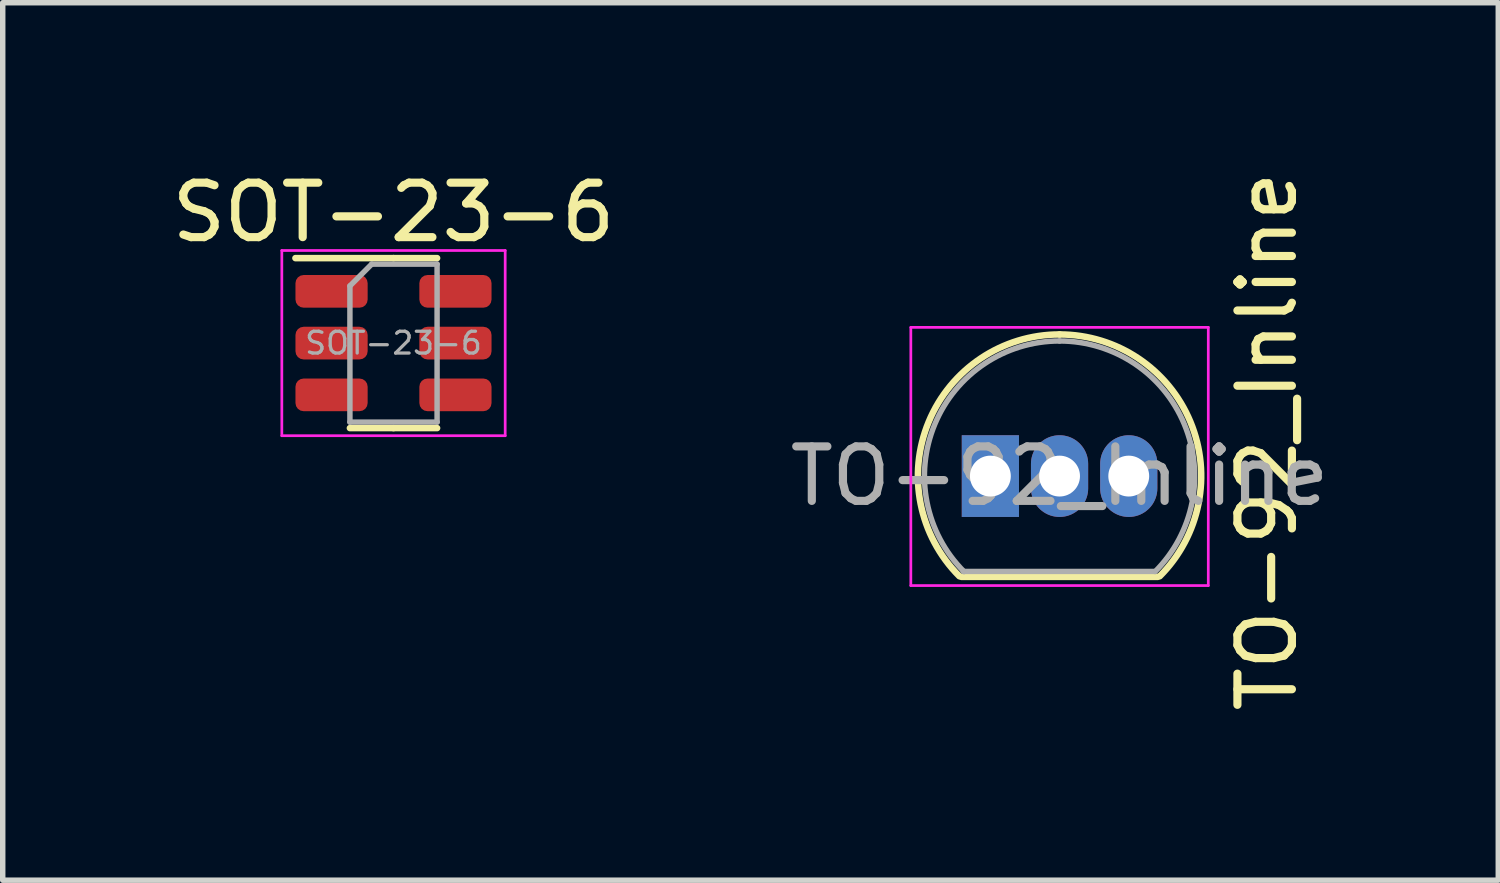
<source format=kicad_pcb>
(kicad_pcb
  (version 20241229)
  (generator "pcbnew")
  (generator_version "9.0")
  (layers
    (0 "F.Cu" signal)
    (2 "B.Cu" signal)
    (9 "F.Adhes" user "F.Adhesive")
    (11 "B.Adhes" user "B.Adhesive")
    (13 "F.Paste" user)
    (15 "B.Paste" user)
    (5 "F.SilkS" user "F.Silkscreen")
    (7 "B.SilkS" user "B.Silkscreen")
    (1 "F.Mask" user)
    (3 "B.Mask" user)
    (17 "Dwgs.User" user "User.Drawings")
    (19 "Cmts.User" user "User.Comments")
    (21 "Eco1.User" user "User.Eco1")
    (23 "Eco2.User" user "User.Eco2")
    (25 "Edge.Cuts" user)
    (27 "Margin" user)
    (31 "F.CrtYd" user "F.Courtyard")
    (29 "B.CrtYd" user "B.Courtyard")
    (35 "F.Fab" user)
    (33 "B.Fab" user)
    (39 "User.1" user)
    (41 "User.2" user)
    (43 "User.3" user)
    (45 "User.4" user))
  (footprint "SOT-23-6"
    (layer "F.Cu")
    (at 4.173 3.248)
    (property "Reference" "SOT-23-6" (at 0 -2.4 180) (layer "F.SilkS") (effects (font (size 1 1) (thickness 0.15))))
    (attr smd)
    (fp_line (start 0 -1.56) (end -1.8 -1.56) (stroke (width 0.12) (type solid)) (layer "F.SilkS"))
    (fp_line (start 0 -1.56) (end 0.8 -1.56) (stroke (width 0.12) (type solid)) (layer "F.SilkS"))
    (fp_line (start 0 1.56) (end -0.8 1.56) (stroke (width 0.12) (type solid)) (layer "F.SilkS"))
    (fp_line (start 0 1.56) (end 0.8 1.56) (stroke (width 0.12) (type solid)) (layer "F.SilkS"))
    (fp_line (start -2.05 -1.7) (end -2.05 1.7) (stroke (width 0.05) (type solid)) (layer "F.CrtYd"))
    (fp_line (start -2.05 1.7) (end 2.05 1.7) (stroke (width 0.05) (type solid)) (layer "F.CrtYd"))
    (fp_line (start 2.05 -1.7) (end -2.05 -1.7) (stroke (width 0.05) (type solid)) (layer "F.CrtYd"))
    (fp_line (start 2.05 1.7) (end 2.05 -1.7) (stroke (width 0.05) (type solid)) (layer "F.CrtYd"))
    (fp_line (start -0.8 -1.05) (end -0.4 -1.45) (stroke (width 0.1) (type solid)) (layer "F.Fab"))
    (fp_line (start -0.8 1.45) (end -0.8 -1.05) (stroke (width 0.1) (type solid)) (layer "F.Fab"))
    (fp_line (start -0.4 -1.45) (end 0.8 -1.45) (stroke (width 0.1) (type solid)) (layer "F.Fab"))
    (fp_line (start 0.8 -1.45) (end 0.8 1.45) (stroke (width 0.1) (type solid)) (layer "F.Fab"))
    (fp_line (start 0.8 1.45) (end -0.8 1.45) (stroke (width 0.1) (type solid)) (layer "F.Fab"))
    (fp_text user "${REFERENCE}" (at 0 0 180) (layer "F.Fab") (effects (font (size 0.4 0.4) (thickness 0.06))))
    (pad "1" smd roundrect (at -1.137 -0.95) (size 1.325 0.6) (layers "F.Cu" "F.Mask" "F.Paste") (roundrect_rratio 0.25))
    (pad "2" smd roundrect (at -1.137 0) (size 1.325 0.6) (layers "F.Cu" "F.Mask" "F.Paste") (roundrect_rratio 0.25))
    (pad "3" smd roundrect (at -1.137 0.95) (size 1.325 0.6) (layers "F.Cu" "F.Mask" "F.Paste") (roundrect_rratio 0.25))
    (pad "4" smd roundrect (at 1.137 0.95) (size 1.325 0.6) (layers "F.Cu" "F.Mask" "F.Paste") (roundrect_rratio 0.25))
    (pad "5" smd roundrect (at 1.137 0) (size 1.325 0.6) (layers "F.Cu" "F.Mask" "F.Paste") (roundrect_rratio 0.25))
    (pad "6" smd roundrect (at 1.137 -0.95) (size 1.325 0.6) (layers "F.Cu" "F.Mask" "F.Paste") (roundrect_rratio 0.25)))
  (footprint "TO-92_Inline"
    (layer "F.Cu")
    (at 15.129 5.689)
    (property "Reference" "TO-92_Inline" (at 5.08 -0.635 90) (layer "F.SilkS") (effects (font (size 1 1) (thickness 0.15))))
    (attr through_hole)
    (fp_line (start -0.53 1.85) (end 3.07 1.85) (stroke (width 0.12) (type solid)) (layer "F.SilkS"))
    (fp_arc (start -0.568478 1.838478) (mid -1.132087 -0.994977) (end 1.27 -2.6) (stroke (width 0.12) (type solid)) (layer "F.SilkS"))
    (fp_arc (start 1.27 -2.6) (mid 3.672087 -0.994977) (end 3.108478 1.838478) (stroke (width 0.12) (type solid)) (layer "F.SilkS"))
    (fp_line (start -1.46 -2.73) (end -1.46 2.01) (stroke (width 0.05) (type solid)) (layer "F.CrtYd"))
    (fp_line (start -1.46 -2.73) (end 4 -2.73) (stroke (width 0.05) (type solid)) (layer "F.CrtYd"))
    (fp_line (start 4 2.01) (end -1.46 2.01) (stroke (width 0.05) (type solid)) (layer "F.CrtYd"))
    (fp_line (start 4 2.01) (end 4 -2.73) (stroke (width 0.05) (type solid)) (layer "F.CrtYd"))
    (fp_line (start -0.5 1.75) (end 3 1.75) (stroke (width 0.1) (type solid)) (layer "F.Fab"))
    (fp_arc (start -0.483625 1.753625) (mid -1.021221 -0.949055) (end 1.27 -2.48) (stroke (width 0.1) (type solid)) (layer "F.Fab"))
    (fp_arc (start 1.27 -2.48) (mid 3.561221 -0.949055) (end 3.023625 1.753625) (stroke (width 0.1) (type solid)) (layer "F.Fab"))
    (fp_text user "${REFERENCE}" (at 1.27 0 0) (layer "F.Fab") (effects (font (size 1 1) (thickness 0.15))))
    (pad "1" thru_hole rect (at 0 0) (size 1.05 1.5) (drill 0.75) (layers "*.Cu" "*.Mask"))
    (pad "2" thru_hole oval (at 1.27 0) (size 1.05 1.5) (drill 0.75) (layers "*.Cu" "*.Mask"))
    (pad "3" thru_hole oval (at 2.54 0) (size 1.05 1.5) (drill 0.75) (layers "*.Cu" "*.Mask")))
  (gr_rect
    (start -3 -3)
    (end 24.452 13.107)
    (stroke (width 0.1) (type default))
    (fill no)
    (layer "Edge.Cuts")))
</source>
